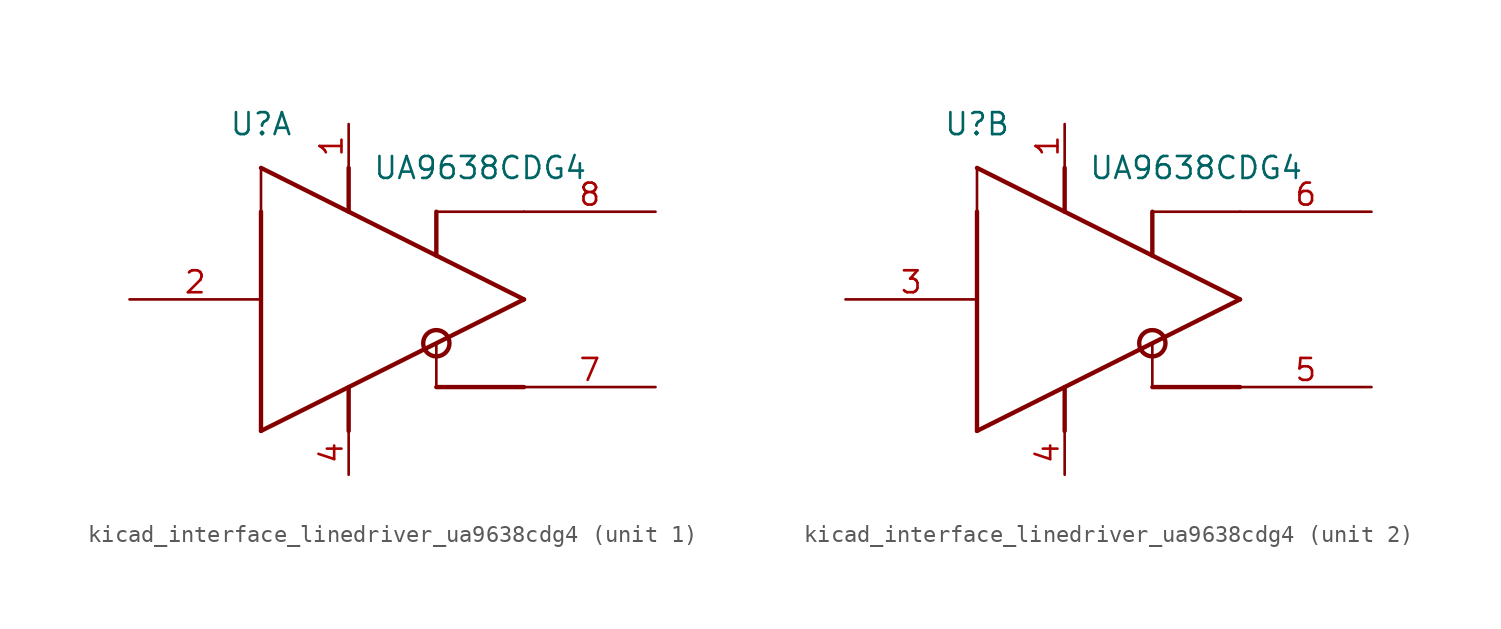
<source format=kicad_sym>
(kicad_symbol_lib
  (version 20220914)
  (generator kicad_symbol_editor)
  (symbol "kicad_interface_linedriver_ua9638cdg4"
    (pin_names
      (offset 1.016) hide)
    (property "Reference" "U"
      (at -7.62 10.16 0)
      (effects (font (size 1.27 1.27))))
    (property "Value" "UA9638CDG4"
      (at 5.08 7.62 0)
      (effects (font (size 1.27 1.27))))
    (symbol "kicad_interface_linedriver_ua9638cdg4_0_1"
      (polyline (pts (xy -7.62 5.08) (xy -7.62 -7.62)) (stroke (width 0.254) (type default)) (fill (type background)))
      (polyline (pts (xy -7.62 5.08) (xy -7.62 7.62)) (stroke (width 0) (type default)) (fill (type none)))
      (polyline (pts (xy -7.62 7.62) (xy 7.62 0)) (stroke (width 0.254) (type default)) (fill (type none)))
      (polyline (pts (xy -2.54 -5.08) (xy -2.54 -7.62)) (stroke (width 0.254) (type default)) (fill (type none)))
      (polyline (pts (xy -2.54 5.08) (xy -2.54 7.62)) (stroke (width 0.254) (type default)) (fill (type none)))
      (polyline (pts (xy 2.54 -5.08) (xy 7.62 -5.08)) (stroke (width 0.254) (type default)) (fill (type none)))
      (polyline (pts (xy 2.54 -2.54) (xy 2.54 -5.08)) (stroke (width 0) (type default)) (fill (type none)))
      (polyline (pts (xy 2.54 5.08) (xy 2.54 2.54)) (stroke (width 0.254) (type default)) (fill (type none)))
      (polyline (pts (xy 7.62 0) (xy -7.62 -7.62)) (stroke (width 0.254) (type default)) (fill (type none)))
      (polyline (pts (xy 7.62 5.08) (xy 2.54 5.08)) (stroke (width 0) (type default)) (fill (type none)))
      (circle (center 2.54 -2.54) (radius 0.762) (stroke (width 0.254) (type default)) (fill (type none))))
    (symbol "kicad_interface_linedriver_ua9638cdg4_1_1"
      (pin power_in line (at -2.54 10.16 270) (length 2.54) (name "VCC" (effects (font (size 1.27 1.27)))) (number "1" (effects (font (size 1.27 1.27)))))
      (pin input line (at -15.24 0 0) (length 7.62) (name "IN" (effects (font (size 1.27 1.27)))) (number "2" (effects (font (size 1.27 1.27)))))
      (pin power_in line (at -2.54 -10.16 90) (length 2.54) (name "GND" (effects (font (size 1.27 1.27)))) (number "4" (effects (font (size 1.27 1.27)))))
      (pin output line (at 15.24 -5.08 180) (length 7.62) (name "OUTA" (effects (font (size 1.27 1.27)))) (number "7" (effects (font (size 1.27 1.27)))))
      (pin output line (at 15.24 5.08 180) (length 7.62) (name "OUTB" (effects (font (size 1.27 1.27)))) (number "8" (effects (font (size 1.27 1.27))))))
    (symbol "kicad_interface_linedriver_ua9638cdg4_2_1"
      (pin power_in line (at -2.54 10.16 270) (length 2.54) (name "VCC" (effects (font (size 1.27 1.27)))) (number "1" (effects (font (size 1.27 1.27)))))
      (pin input line (at -15.24 0 0) (length 7.62) (name "IN" (effects (font (size 1.27 1.27)))) (number "3" (effects (font (size 1.27 1.27)))))
      (pin power_in line (at -2.54 -10.16 90) (length 2.54) (name "GND" (effects (font (size 1.27 1.27)))) (number "4" (effects (font (size 1.27 1.27)))))
      (pin output line (at 15.24 -5.08 180) (length 7.62) (name "OUTA" (effects (font (size 1.27 1.27)))) (number "5" (effects (font (size 1.27 1.27)))))
      (pin output line (at 15.24 5.08 180) (length 7.62) (name "OUTB" (effects (font (size 1.27 1.27)))) (number "6" (effects (font (size 1.27 1.27))))))))
</source>
